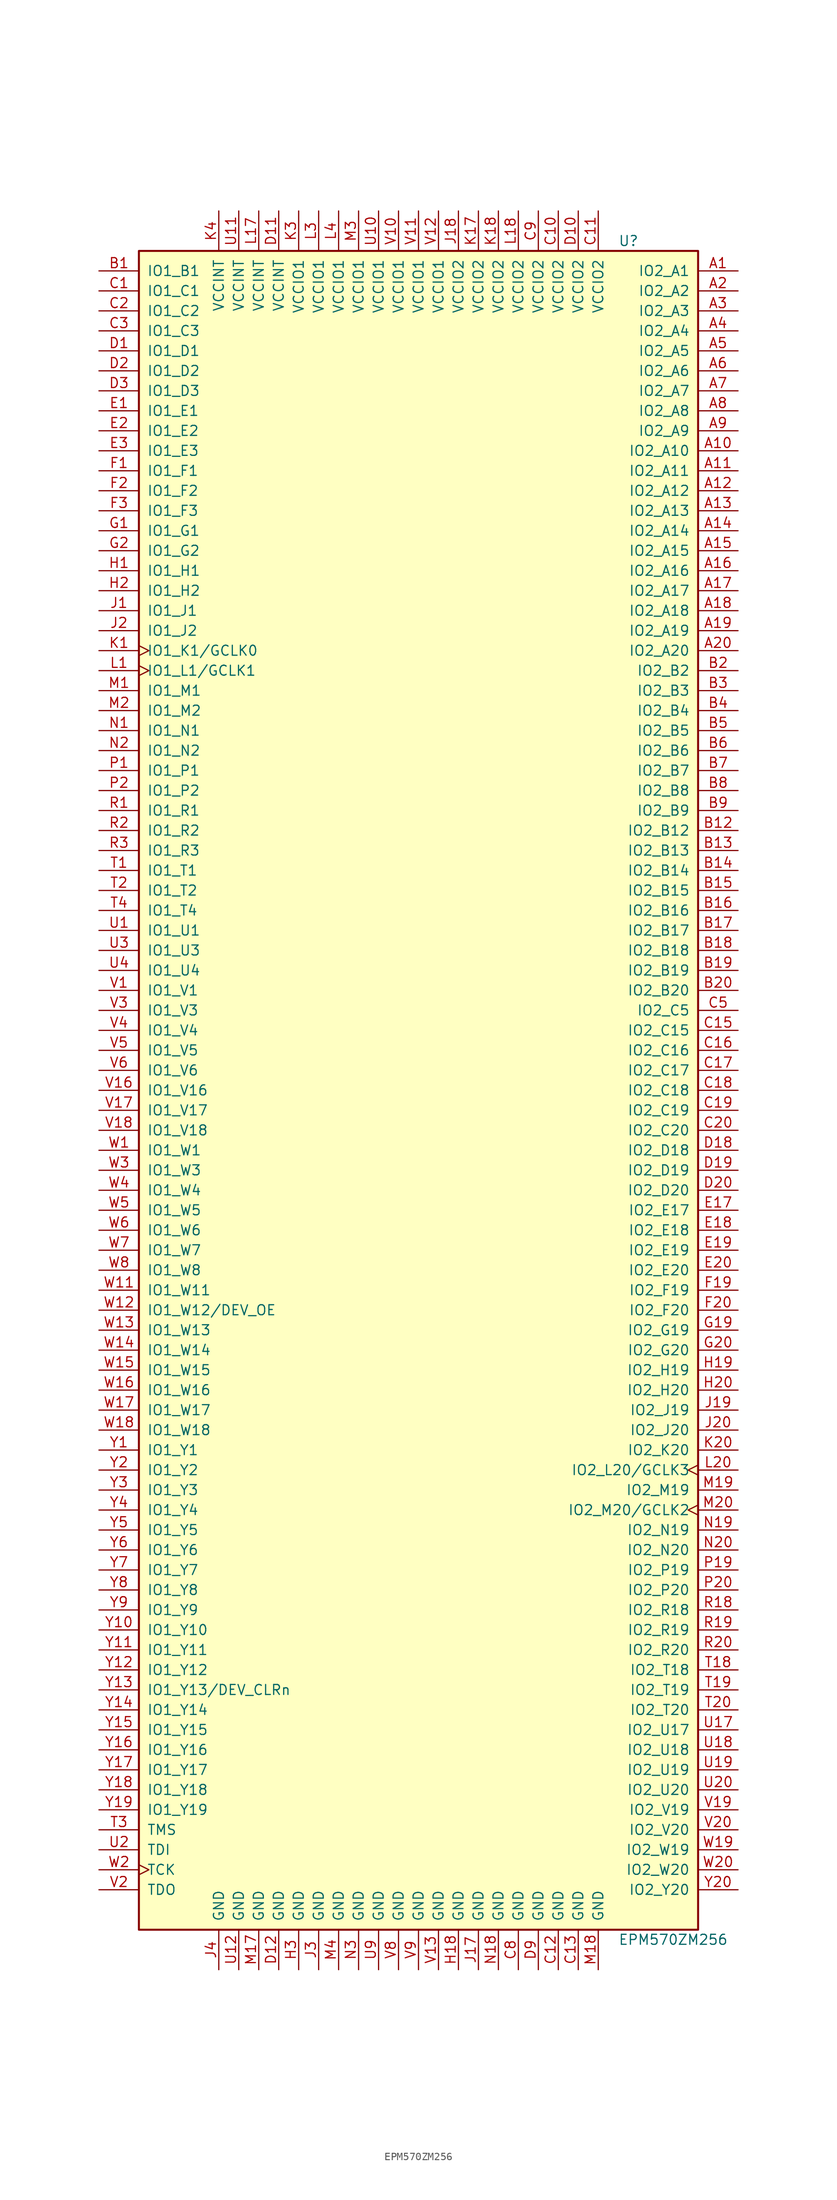
<source format=kicad_sym>
(kicad_symbol_lib
  (version 20211014)
  (generator kicad_symbol_editor)
  (symbol "EPM570ZM256"
    (pin_names
      (offset 1.016))
    (property "Reference" "U"
      (at 25.4 107.95 0)
      (effects (font (size 1.27 1.27)) (justify left)))
    (property "Value" "EPM570ZM256"
      (at 25.4 -107.95 0)
      (effects (font (size 1.27 1.27)) (justify left)))
    (property "ki_locked" ""
      (at 0 0 0)
      (effects (font (size 1.27 1.27))))
    (symbol "EPM570ZM256_1_1"
      (rectangle (start -35.56 106.68) (end 35.56 -106.68) (stroke (width 0.254) (type default) (color 0 0 0 0)) (fill (type background)))
      (pin bidirectional line (at 40.64 104.14 180) (length 5.08) (name "IO2_A1" (effects (font (size 1.27 1.27)))) (number "A1" (effects (font (size 1.27 1.27)))))
      (pin bidirectional line (at 40.64 81.28 180) (length 5.08) (name "IO2_A10" (effects (font (size 1.27 1.27)))) (number "A10" (effects (font (size 1.27 1.27)))))
      (pin bidirectional line (at 40.64 78.74 180) (length 5.08) (name "IO2_A11" (effects (font (size 1.27 1.27)))) (number "A11" (effects (font (size 1.27 1.27)))))
      (pin bidirectional line (at 40.64 76.2 180) (length 5.08) (name "IO2_A12" (effects (font (size 1.27 1.27)))) (number "A12" (effects (font (size 1.27 1.27)))))
      (pin bidirectional line (at 40.64 73.66 180) (length 5.08) (name "IO2_A13" (effects (font (size 1.27 1.27)))) (number "A13" (effects (font (size 1.27 1.27)))))
      (pin bidirectional line (at 40.64 71.12 180) (length 5.08) (name "IO2_A14" (effects (font (size 1.27 1.27)))) (number "A14" (effects (font (size 1.27 1.27)))))
      (pin bidirectional line (at 40.64 68.58 180) (length 5.08) (name "IO2_A15" (effects (font (size 1.27 1.27)))) (number "A15" (effects (font (size 1.27 1.27)))))
      (pin bidirectional line (at 40.64 66.04 180) (length 5.08) (name "IO2_A16" (effects (font (size 1.27 1.27)))) (number "A16" (effects (font (size 1.27 1.27)))))
      (pin bidirectional line (at 40.64 63.5 180) (length 5.08) (name "IO2_A17" (effects (font (size 1.27 1.27)))) (number "A17" (effects (font (size 1.27 1.27)))))
      (pin bidirectional line (at 40.64 60.96 180) (length 5.08) (name "IO2_A18" (effects (font (size 1.27 1.27)))) (number "A18" (effects (font (size 1.27 1.27)))))
      (pin bidirectional line (at 40.64 58.42 180) (length 5.08) (name "IO2_A19" (effects (font (size 1.27 1.27)))) (number "A19" (effects (font (size 1.27 1.27)))))
      (pin bidirectional line (at 40.64 101.6 180) (length 5.08) (name "IO2_A2" (effects (font (size 1.27 1.27)))) (number "A2" (effects (font (size 1.27 1.27)))))
      (pin bidirectional line (at 40.64 55.88 180) (length 5.08) (name "IO2_A20" (effects (font (size 1.27 1.27)))) (number "A20" (effects (font (size 1.27 1.27)))))
      (pin bidirectional line (at 40.64 99.06 180) (length 5.08) (name "IO2_A3" (effects (font (size 1.27 1.27)))) (number "A3" (effects (font (size 1.27 1.27)))))
      (pin bidirectional line (at 40.64 96.52 180) (length 5.08) (name "IO2_A4" (effects (font (size 1.27 1.27)))) (number "A4" (effects (font (size 1.27 1.27)))))
      (pin bidirectional line (at 40.64 93.98 180) (length 5.08) (name "IO2_A5" (effects (font (size 1.27 1.27)))) (number "A5" (effects (font (size 1.27 1.27)))))
      (pin bidirectional line (at 40.64 91.44 180) (length 5.08) (name "IO2_A6" (effects (font (size 1.27 1.27)))) (number "A6" (effects (font (size 1.27 1.27)))))
      (pin bidirectional line (at 40.64 88.9 180) (length 5.08) (name "IO2_A7" (effects (font (size 1.27 1.27)))) (number "A7" (effects (font (size 1.27 1.27)))))
      (pin bidirectional line (at 40.64 86.36 180) (length 5.08) (name "IO2_A8" (effects (font (size 1.27 1.27)))) (number "A8" (effects (font (size 1.27 1.27)))))
      (pin bidirectional line (at 40.64 83.82 180) (length 5.08) (name "IO2_A9" (effects (font (size 1.27 1.27)))) (number "A9" (effects (font (size 1.27 1.27)))))
      (pin bidirectional line (at -40.64 104.14 0) (length 5.08) (name "IO1_B1" (effects (font (size 1.27 1.27)))) (number "B1" (effects (font (size 1.27 1.27)))))
      (pin bidirectional line (at 40.64 33.02 180) (length 5.08) (name "IO2_B12" (effects (font (size 1.27 1.27)))) (number "B12" (effects (font (size 1.27 1.27)))))
      (pin bidirectional line (at 40.64 30.48 180) (length 5.08) (name "IO2_B13" (effects (font (size 1.27 1.27)))) (number "B13" (effects (font (size 1.27 1.27)))))
      (pin bidirectional line (at 40.64 27.94 180) (length 5.08) (name "IO2_B14" (effects (font (size 1.27 1.27)))) (number "B14" (effects (font (size 1.27 1.27)))))
      (pin bidirectional line (at 40.64 25.4 180) (length 5.08) (name "IO2_B15" (effects (font (size 1.27 1.27)))) (number "B15" (effects (font (size 1.27 1.27)))))
      (pin bidirectional line (at 40.64 22.86 180) (length 5.08) (name "IO2_B16" (effects (font (size 1.27 1.27)))) (number "B16" (effects (font (size 1.27 1.27)))))
      (pin bidirectional line (at 40.64 20.32 180) (length 5.08) (name "IO2_B17" (effects (font (size 1.27 1.27)))) (number "B17" (effects (font (size 1.27 1.27)))))
      (pin bidirectional line (at 40.64 17.78 180) (length 5.08) (name "IO2_B18" (effects (font (size 1.27 1.27)))) (number "B18" (effects (font (size 1.27 1.27)))))
      (pin bidirectional line (at 40.64 15.24 180) (length 5.08) (name "IO2_B19" (effects (font (size 1.27 1.27)))) (number "B19" (effects (font (size 1.27 1.27)))))
      (pin bidirectional line (at 40.64 53.34 180) (length 5.08) (name "IO2_B2" (effects (font (size 1.27 1.27)))) (number "B2" (effects (font (size 1.27 1.27)))))
      (pin bidirectional line (at 40.64 12.7 180) (length 5.08) (name "IO2_B20" (effects (font (size 1.27 1.27)))) (number "B20" (effects (font (size 1.27 1.27)))))
      (pin bidirectional line (at 40.64 50.8 180) (length 5.08) (name "IO2_B3" (effects (font (size 1.27 1.27)))) (number "B3" (effects (font (size 1.27 1.27)))))
      (pin bidirectional line (at 40.64 48.26 180) (length 5.08) (name "IO2_B4" (effects (font (size 1.27 1.27)))) (number "B4" (effects (font (size 1.27 1.27)))))
      (pin bidirectional line (at 40.64 45.72 180) (length 5.08) (name "IO2_B5" (effects (font (size 1.27 1.27)))) (number "B5" (effects (font (size 1.27 1.27)))))
      (pin bidirectional line (at 40.64 43.18 180) (length 5.08) (name "IO2_B6" (effects (font (size 1.27 1.27)))) (number "B6" (effects (font (size 1.27 1.27)))))
      (pin bidirectional line (at 40.64 40.64 180) (length 5.08) (name "IO2_B7" (effects (font (size 1.27 1.27)))) (number "B7" (effects (font (size 1.27 1.27)))))
      (pin bidirectional line (at 40.64 38.1 180) (length 5.08) (name "IO2_B8" (effects (font (size 1.27 1.27)))) (number "B8" (effects (font (size 1.27 1.27)))))
      (pin bidirectional line (at 40.64 35.56 180) (length 5.08) (name "IO2_B9" (effects (font (size 1.27 1.27)))) (number "B9" (effects (font (size 1.27 1.27)))))
      (pin bidirectional line (at -40.64 101.6 0) (length 5.08) (name "IO1_C1" (effects (font (size 1.27 1.27)))) (number "C1" (effects (font (size 1.27 1.27)))))
      (pin power_in line (at 17.78 111.76 270) (length 5.08) (name "VCCIO2" (effects (font (size 1.27 1.27)))) (number "C10" (effects (font (size 1.27 1.27)))))
      (pin power_in line (at 22.86 111.76 270) (length 5.08) (name "VCCIO2" (effects (font (size 1.27 1.27)))) (number "C11" (effects (font (size 1.27 1.27)))))
      (pin power_in line (at 17.78 -111.76 90) (length 5.08) (name "GND" (effects (font (size 1.27 1.27)))) (number "C12" (effects (font (size 1.27 1.27)))))
      (pin power_in line (at 20.32 -111.76 90) (length 5.08) (name "GND" (effects (font (size 1.27 1.27)))) (number "C13" (effects (font (size 1.27 1.27)))))
      (pin bidirectional line (at 40.64 7.62 180) (length 5.08) (name "IO2_C15" (effects (font (size 1.27 1.27)))) (number "C15" (effects (font (size 1.27 1.27)))))
      (pin bidirectional line (at 40.64 5.08 180) (length 5.08) (name "IO2_C16" (effects (font (size 1.27 1.27)))) (number "C16" (effects (font (size 1.27 1.27)))))
      (pin bidirectional line (at 40.64 2.54 180) (length 5.08) (name "IO2_C17" (effects (font (size 1.27 1.27)))) (number "C17" (effects (font (size 1.27 1.27)))))
      (pin bidirectional line (at 40.64 0 180) (length 5.08) (name "IO2_C18" (effects (font (size 1.27 1.27)))) (number "C18" (effects (font (size 1.27 1.27)))))
      (pin bidirectional line (at 40.64 -2.54 180) (length 5.08) (name "IO2_C19" (effects (font (size 1.27 1.27)))) (number "C19" (effects (font (size 1.27 1.27)))))
      (pin bidirectional line (at -40.64 99.06 0) (length 5.08) (name "IO1_C2" (effects (font (size 1.27 1.27)))) (number "C2" (effects (font (size 1.27 1.27)))))
      (pin bidirectional line (at 40.64 -5.08 180) (length 5.08) (name "IO2_C20" (effects (font (size 1.27 1.27)))) (number "C20" (effects (font (size 1.27 1.27)))))
      (pin bidirectional line (at -40.64 96.52 0) (length 5.08) (name "IO1_C3" (effects (font (size 1.27 1.27)))) (number "C3" (effects (font (size 1.27 1.27)))))
      (pin bidirectional line (at 40.64 10.16 180) (length 5.08) (name "IO2_C5" (effects (font (size 1.27 1.27)))) (number "C5" (effects (font (size 1.27 1.27)))))
      (pin power_in line (at 12.7 -111.76 90) (length 5.08) (name "GND" (effects (font (size 1.27 1.27)))) (number "C8" (effects (font (size 1.27 1.27)))))
      (pin power_in line (at 15.24 111.76 270) (length 5.08) (name "VCCIO2" (effects (font (size 1.27 1.27)))) (number "C9" (effects (font (size 1.27 1.27)))))
      (pin bidirectional line (at -40.64 93.98 0) (length 5.08) (name "IO1_D1" (effects (font (size 1.27 1.27)))) (number "D1" (effects (font (size 1.27 1.27)))))
      (pin power_in line (at 20.32 111.76 270) (length 5.08) (name "VCCIO2" (effects (font (size 1.27 1.27)))) (number "D10" (effects (font (size 1.27 1.27)))))
      (pin power_in line (at -17.78 111.76 270) (length 5.08) (name "VCCINT" (effects (font (size 1.27 1.27)))) (number "D11" (effects (font (size 1.27 1.27)))))
      (pin power_in line (at -17.78 -111.76 90) (length 5.08) (name "GND" (effects (font (size 1.27 1.27)))) (number "D12" (effects (font (size 1.27 1.27)))))
      (pin bidirectional line (at 40.64 -7.62 180) (length 5.08) (name "IO2_D18" (effects (font (size 1.27 1.27)))) (number "D18" (effects (font (size 1.27 1.27)))))
      (pin bidirectional line (at 40.64 -10.16 180) (length 5.08) (name "IO2_D19" (effects (font (size 1.27 1.27)))) (number "D19" (effects (font (size 1.27 1.27)))))
      (pin bidirectional line (at -40.64 91.44 0) (length 5.08) (name "IO1_D2" (effects (font (size 1.27 1.27)))) (number "D2" (effects (font (size 1.27 1.27)))))
      (pin bidirectional line (at 40.64 -12.7 180) (length 5.08) (name "IO2_D20" (effects (font (size 1.27 1.27)))) (number "D20" (effects (font (size 1.27 1.27)))))
      (pin bidirectional line (at -40.64 88.9 0) (length 5.08) (name "IO1_D3" (effects (font (size 1.27 1.27)))) (number "D3" (effects (font (size 1.27 1.27)))))
      (pin power_in line (at 15.24 -111.76 90) (length 5.08) (name "GND" (effects (font (size 1.27 1.27)))) (number "D9" (effects (font (size 1.27 1.27)))))
      (pin bidirectional line (at -40.64 86.36 0) (length 5.08) (name "IO1_E1" (effects (font (size 1.27 1.27)))) (number "E1" (effects (font (size 1.27 1.27)))))
      (pin bidirectional line (at 40.64 -15.24 180) (length 5.08) (name "IO2_E17" (effects (font (size 1.27 1.27)))) (number "E17" (effects (font (size 1.27 1.27)))))
      (pin bidirectional line (at 40.64 -17.78 180) (length 5.08) (name "IO2_E18" (effects (font (size 1.27 1.27)))) (number "E18" (effects (font (size 1.27 1.27)))))
      (pin bidirectional line (at 40.64 -20.32 180) (length 5.08) (name "IO2_E19" (effects (font (size 1.27 1.27)))) (number "E19" (effects (font (size 1.27 1.27)))))
      (pin bidirectional line (at -40.64 83.82 0) (length 5.08) (name "IO1_E2" (effects (font (size 1.27 1.27)))) (number "E2" (effects (font (size 1.27 1.27)))))
      (pin bidirectional line (at 40.64 -22.86 180) (length 5.08) (name "IO2_E20" (effects (font (size 1.27 1.27)))) (number "E20" (effects (font (size 1.27 1.27)))))
      (pin bidirectional line (at -40.64 81.28 0) (length 5.08) (name "IO1_E3" (effects (font (size 1.27 1.27)))) (number "E3" (effects (font (size 1.27 1.27)))))
      (pin bidirectional line (at -40.64 78.74 0) (length 5.08) (name "IO1_F1" (effects (font (size 1.27 1.27)))) (number "F1" (effects (font (size 1.27 1.27)))))
      (pin bidirectional line (at 40.64 -25.4 180) (length 5.08) (name "IO2_F19" (effects (font (size 1.27 1.27)))) (number "F19" (effects (font (size 1.27 1.27)))))
      (pin bidirectional line (at -40.64 76.2 0) (length 5.08) (name "IO1_F2" (effects (font (size 1.27 1.27)))) (number "F2" (effects (font (size 1.27 1.27)))))
      (pin bidirectional line (at 40.64 -27.94 180) (length 5.08) (name "IO2_F20" (effects (font (size 1.27 1.27)))) (number "F20" (effects (font (size 1.27 1.27)))))
      (pin bidirectional line (at -40.64 73.66 0) (length 5.08) (name "IO1_F3" (effects (font (size 1.27 1.27)))) (number "F3" (effects (font (size 1.27 1.27)))))
      (pin bidirectional line (at -40.64 71.12 0) (length 5.08) (name "IO1_G1" (effects (font (size 1.27 1.27)))) (number "G1" (effects (font (size 1.27 1.27)))))
      (pin bidirectional line (at 40.64 -30.48 180) (length 5.08) (name "IO2_G19" (effects (font (size 1.27 1.27)))) (number "G19" (effects (font (size 1.27 1.27)))))
      (pin bidirectional line (at -40.64 68.58 0) (length 5.08) (name "IO1_G2" (effects (font (size 1.27 1.27)))) (number "G2" (effects (font (size 1.27 1.27)))))
      (pin bidirectional line (at 40.64 -33.02 180) (length 5.08) (name "IO2_G20" (effects (font (size 1.27 1.27)))) (number "G20" (effects (font (size 1.27 1.27)))))
      (pin bidirectional line (at -40.64 66.04 0) (length 5.08) (name "IO1_H1" (effects (font (size 1.27 1.27)))) (number "H1" (effects (font (size 1.27 1.27)))))
      (pin power_in line (at 5.08 -111.76 90) (length 5.08) (name "GND" (effects (font (size 1.27 1.27)))) (number "H18" (effects (font (size 1.27 1.27)))))
      (pin bidirectional line (at 40.64 -35.56 180) (length 5.08) (name "IO2_H19" (effects (font (size 1.27 1.27)))) (number "H19" (effects (font (size 1.27 1.27)))))
      (pin bidirectional line (at -40.64 63.5 0) (length 5.08) (name "IO1_H2" (effects (font (size 1.27 1.27)))) (number "H2" (effects (font (size 1.27 1.27)))))
      (pin bidirectional line (at 40.64 -38.1 180) (length 5.08) (name "IO2_H20" (effects (font (size 1.27 1.27)))) (number "H20" (effects (font (size 1.27 1.27)))))
      (pin power_in line (at -15.24 -111.76 90) (length 5.08) (name "GND" (effects (font (size 1.27 1.27)))) (number "H3" (effects (font (size 1.27 1.27)))))
      (pin bidirectional line (at -40.64 60.96 0) (length 5.08) (name "IO1_J1" (effects (font (size 1.27 1.27)))) (number "J1" (effects (font (size 1.27 1.27)))))
      (pin power_in line (at 7.62 -111.76 90) (length 5.08) (name "GND" (effects (font (size 1.27 1.27)))) (number "J17" (effects (font (size 1.27 1.27)))))
      (pin power_in line (at 5.08 111.76 270) (length 5.08) (name "VCCIO2" (effects (font (size 1.27 1.27)))) (number "J18" (effects (font (size 1.27 1.27)))))
      (pin bidirectional line (at 40.64 -40.64 180) (length 5.08) (name "IO2_J19" (effects (font (size 1.27 1.27)))) (number "J19" (effects (font (size 1.27 1.27)))))
      (pin bidirectional line (at -40.64 58.42 0) (length 5.08) (name "IO1_J2" (effects (font (size 1.27 1.27)))) (number "J2" (effects (font (size 1.27 1.27)))))
      (pin bidirectional line (at 40.64 -43.18 180) (length 5.08) (name "IO2_J20" (effects (font (size 1.27 1.27)))) (number "J20" (effects (font (size 1.27 1.27)))))
      (pin power_in line (at -12.7 -111.76 90) (length 5.08) (name "GND" (effects (font (size 1.27 1.27)))) (number "J3" (effects (font (size 1.27 1.27)))))
      (pin power_in line (at -25.4 -111.76 90) (length 5.08) (name "GND" (effects (font (size 1.27 1.27)))) (number "J4" (effects (font (size 1.27 1.27)))))
      (pin bidirectional clock (at -40.64 55.88 0) (length 5.08) (name "IO1_K1/GCLK0" (effects (font (size 1.27 1.27)))) (number "K1" (effects (font (size 1.27 1.27)))))
      (pin power_in line (at 7.62 111.76 270) (length 5.08) (name "VCCIO2" (effects (font (size 1.27 1.27)))) (number "K17" (effects (font (size 1.27 1.27)))))
      (pin power_in line (at 10.16 111.76 270) (length 5.08) (name "VCCIO2" (effects (font (size 1.27 1.27)))) (number "K18" (effects (font (size 1.27 1.27)))))
      (pin bidirectional line (at 40.64 -45.72 180) (length 5.08) (name "IO2_K20" (effects (font (size 1.27 1.27)))) (number "K20" (effects (font (size 1.27 1.27)))))
      (pin power_in line (at -15.24 111.76 270) (length 5.08) (name "VCCIO1" (effects (font (size 1.27 1.27)))) (number "K3" (effects (font (size 1.27 1.27)))))
      (pin power_in line (at -25.4 111.76 270) (length 5.08) (name "VCCINT" (effects (font (size 1.27 1.27)))) (number "K4" (effects (font (size 1.27 1.27)))))
      (pin bidirectional clock (at -40.64 53.34 0) (length 5.08) (name "IO1_L1/GCLK1" (effects (font (size 1.27 1.27)))) (number "L1" (effects (font (size 1.27 1.27)))))
      (pin power_in line (at -20.32 111.76 270) (length 5.08) (name "VCCINT" (effects (font (size 1.27 1.27)))) (number "L17" (effects (font (size 1.27 1.27)))))
      (pin power_in line (at 12.7 111.76 270) (length 5.08) (name "VCCIO2" (effects (font (size 1.27 1.27)))) (number "L18" (effects (font (size 1.27 1.27)))))
      (pin bidirectional clock (at 40.64 -48.26 180) (length 5.08) (name "IO2_L20/GCLK3" (effects (font (size 1.27 1.27)))) (number "L20" (effects (font (size 1.27 1.27)))))
      (pin power_in line (at -12.7 111.76 270) (length 5.08) (name "VCCIO1" (effects (font (size 1.27 1.27)))) (number "L3" (effects (font (size 1.27 1.27)))))
      (pin power_in line (at -10.16 111.76 270) (length 5.08) (name "VCCIO1" (effects (font (size 1.27 1.27)))) (number "L4" (effects (font (size 1.27 1.27)))))
      (pin bidirectional line (at -40.64 50.8 0) (length 5.08) (name "IO1_M1" (effects (font (size 1.27 1.27)))) (number "M1" (effects (font (size 1.27 1.27)))))
      (pin power_in line (at -20.32 -111.76 90) (length 5.08) (name "GND" (effects (font (size 1.27 1.27)))) (number "M17" (effects (font (size 1.27 1.27)))))
      (pin power_in line (at 22.86 -111.76 90) (length 5.08) (name "GND" (effects (font (size 1.27 1.27)))) (number "M18" (effects (font (size 1.27 1.27)))))
      (pin bidirectional line (at 40.64 -50.8 180) (length 5.08) (name "IO2_M19" (effects (font (size 1.27 1.27)))) (number "M19" (effects (font (size 1.27 1.27)))))
      (pin bidirectional line (at -40.64 48.26 0) (length 5.08) (name "IO1_M2" (effects (font (size 1.27 1.27)))) (number "M2" (effects (font (size 1.27 1.27)))))
      (pin bidirectional clock (at 40.64 -53.34 180) (length 5.08) (name "IO2_M20/GCLK2" (effects (font (size 1.27 1.27)))) (number "M20" (effects (font (size 1.27 1.27)))))
      (pin power_in line (at -7.62 111.76 270) (length 5.08) (name "VCCIO1" (effects (font (size 1.27 1.27)))) (number "M3" (effects (font (size 1.27 1.27)))))
      (pin power_in line (at -10.16 -111.76 90) (length 5.08) (name "GND" (effects (font (size 1.27 1.27)))) (number "M4" (effects (font (size 1.27 1.27)))))
      (pin bidirectional line (at -40.64 45.72 0) (length 5.08) (name "IO1_N1" (effects (font (size 1.27 1.27)))) (number "N1" (effects (font (size 1.27 1.27)))))
      (pin power_in line (at 10.16 -111.76 90) (length 5.08) (name "GND" (effects (font (size 1.27 1.27)))) (number "N18" (effects (font (size 1.27 1.27)))))
      (pin bidirectional line (at 40.64 -55.88 180) (length 5.08) (name "IO2_N19" (effects (font (size 1.27 1.27)))) (number "N19" (effects (font (size 1.27 1.27)))))
      (pin bidirectional line (at -40.64 43.18 0) (length 5.08) (name "IO1_N2" (effects (font (size 1.27 1.27)))) (number "N2" (effects (font (size 1.27 1.27)))))
      (pin bidirectional line (at 40.64 -58.42 180) (length 5.08) (name "IO2_N20" (effects (font (size 1.27 1.27)))) (number "N20" (effects (font (size 1.27 1.27)))))
      (pin power_in line (at -7.62 -111.76 90) (length 5.08) (name "GND" (effects (font (size 1.27 1.27)))) (number "N3" (effects (font (size 1.27 1.27)))))
      (pin bidirectional line (at -40.64 40.64 0) (length 5.08) (name "IO1_P1" (effects (font (size 1.27 1.27)))) (number "P1" (effects (font (size 1.27 1.27)))))
      (pin bidirectional line (at 40.64 -60.96 180) (length 5.08) (name "IO2_P19" (effects (font (size 1.27 1.27)))) (number "P19" (effects (font (size 1.27 1.27)))))
      (pin bidirectional line (at -40.64 38.1 0) (length 5.08) (name "IO1_P2" (effects (font (size 1.27 1.27)))) (number "P2" (effects (font (size 1.27 1.27)))))
      (pin bidirectional line (at 40.64 -63.5 180) (length 5.08) (name "IO2_P20" (effects (font (size 1.27 1.27)))) (number "P20" (effects (font (size 1.27 1.27)))))
      (pin bidirectional line (at -40.64 35.56 0) (length 5.08) (name "IO1_R1" (effects (font (size 1.27 1.27)))) (number "R1" (effects (font (size 1.27 1.27)))))
      (pin bidirectional line (at 40.64 -66.04 180) (length 5.08) (name "IO2_R18" (effects (font (size 1.27 1.27)))) (number "R18" (effects (font (size 1.27 1.27)))))
      (pin bidirectional line (at 40.64 -68.58 180) (length 5.08) (name "IO2_R19" (effects (font (size 1.27 1.27)))) (number "R19" (effects (font (size 1.27 1.27)))))
      (pin bidirectional line (at -40.64 33.02 0) (length 5.08) (name "IO1_R2" (effects (font (size 1.27 1.27)))) (number "R2" (effects (font (size 1.27 1.27)))))
      (pin bidirectional line (at 40.64 -71.12 180) (length 5.08) (name "IO2_R20" (effects (font (size 1.27 1.27)))) (number "R20" (effects (font (size 1.27 1.27)))))
      (pin bidirectional line (at -40.64 30.48 0) (length 5.08) (name "IO1_R3" (effects (font (size 1.27 1.27)))) (number "R3" (effects (font (size 1.27 1.27)))))
      (pin bidirectional line (at -40.64 27.94 0) (length 5.08) (name "IO1_T1" (effects (font (size 1.27 1.27)))) (number "T1" (effects (font (size 1.27 1.27)))))
      (pin bidirectional line (at 40.64 -73.66 180) (length 5.08) (name "IO2_T18" (effects (font (size 1.27 1.27)))) (number "T18" (effects (font (size 1.27 1.27)))))
      (pin bidirectional line (at 40.64 -76.2 180) (length 5.08) (name "IO2_T19" (effects (font (size 1.27 1.27)))) (number "T19" (effects (font (size 1.27 1.27)))))
      (pin bidirectional line (at -40.64 25.4 0) (length 5.08) (name "IO1_T2" (effects (font (size 1.27 1.27)))) (number "T2" (effects (font (size 1.27 1.27)))))
      (pin bidirectional line (at 40.64 -78.74 180) (length 5.08) (name "IO2_T20" (effects (font (size 1.27 1.27)))) (number "T20" (effects (font (size 1.27 1.27)))))
      (pin input line (at -40.64 -93.98 0) (length 5.08) (name "TMS" (effects (font (size 1.27 1.27)))) (number "T3" (effects (font (size 1.27 1.27)))))
      (pin bidirectional line (at -40.64 22.86 0) (length 5.08) (name "IO1_T4" (effects (font (size 1.27 1.27)))) (number "T4" (effects (font (size 1.27 1.27)))))
      (pin bidirectional line (at -40.64 20.32 0) (length 5.08) (name "IO1_U1" (effects (font (size 1.27 1.27)))) (number "U1" (effects (font (size 1.27 1.27)))))
      (pin power_in line (at -5.08 111.76 270) (length 5.08) (name "VCCIO1" (effects (font (size 1.27 1.27)))) (number "U10" (effects (font (size 1.27 1.27)))))
      (pin power_in line (at -22.86 111.76 270) (length 5.08) (name "VCCINT" (effects (font (size 1.27 1.27)))) (number "U11" (effects (font (size 1.27 1.27)))))
      (pin power_in line (at -22.86 -111.76 90) (length 5.08) (name "GND" (effects (font (size 1.27 1.27)))) (number "U12" (effects (font (size 1.27 1.27)))))
      (pin bidirectional line (at 40.64 -81.28 180) (length 5.08) (name "IO2_U17" (effects (font (size 1.27 1.27)))) (number "U17" (effects (font (size 1.27 1.27)))))
      (pin bidirectional line (at 40.64 -83.82 180) (length 5.08) (name "IO2_U18" (effects (font (size 1.27 1.27)))) (number "U18" (effects (font (size 1.27 1.27)))))
      (pin bidirectional line (at 40.64 -86.36 180) (length 5.08) (name "IO2_U19" (effects (font (size 1.27 1.27)))) (number "U19" (effects (font (size 1.27 1.27)))))
      (pin input line (at -40.64 -96.52 0) (length 5.08) (name "TDI" (effects (font (size 1.27 1.27)))) (number "U2" (effects (font (size 1.27 1.27)))))
      (pin bidirectional line (at 40.64 -88.9 180) (length 5.08) (name "IO2_U20" (effects (font (size 1.27 1.27)))) (number "U20" (effects (font (size 1.27 1.27)))))
      (pin bidirectional line (at -40.64 17.78 0) (length 5.08) (name "IO1_U3" (effects (font (size 1.27 1.27)))) (number "U3" (effects (font (size 1.27 1.27)))))
      (pin bidirectional line (at -40.64 15.24 0) (length 5.08) (name "IO1_U4" (effects (font (size 1.27 1.27)))) (number "U4" (effects (font (size 1.27 1.27)))))
      (pin power_in line (at -5.08 -111.76 90) (length 5.08) (name "GND" (effects (font (size 1.27 1.27)))) (number "U9" (effects (font (size 1.27 1.27)))))
      (pin bidirectional line (at -40.64 12.7 0) (length 5.08) (name "IO1_V1" (effects (font (size 1.27 1.27)))) (number "V1" (effects (font (size 1.27 1.27)))))
      (pin power_in line (at -2.54 111.76 270) (length 5.08) (name "VCCIO1" (effects (font (size 1.27 1.27)))) (number "V10" (effects (font (size 1.27 1.27)))))
      (pin power_in line (at 0 111.76 270) (length 5.08) (name "VCCIO1" (effects (font (size 1.27 1.27)))) (number "V11" (effects (font (size 1.27 1.27)))))
      (pin power_in line (at 2.54 111.76 270) (length 5.08) (name "VCCIO1" (effects (font (size 1.27 1.27)))) (number "V12" (effects (font (size 1.27 1.27)))))
      (pin power_in line (at 2.54 -111.76 90) (length 5.08) (name "GND" (effects (font (size 1.27 1.27)))) (number "V13" (effects (font (size 1.27 1.27)))))
      (pin bidirectional line (at -40.64 0 0) (length 5.08) (name "IO1_V16" (effects (font (size 1.27 1.27)))) (number "V16" (effects (font (size 1.27 1.27)))))
      (pin bidirectional line (at -40.64 -2.54 0) (length 5.08) (name "IO1_V17" (effects (font (size 1.27 1.27)))) (number "V17" (effects (font (size 1.27 1.27)))))
      (pin bidirectional line (at -40.64 -5.08 0) (length 5.08) (name "IO1_V18" (effects (font (size 1.27 1.27)))) (number "V18" (effects (font (size 1.27 1.27)))))
      (pin bidirectional line (at 40.64 -91.44 180) (length 5.08) (name "IO2_V19" (effects (font (size 1.27 1.27)))) (number "V19" (effects (font (size 1.27 1.27)))))
      (pin output line (at -40.64 -101.6 0) (length 5.08) (name "TDO" (effects (font (size 1.27 1.27)))) (number "V2" (effects (font (size 1.27 1.27)))))
      (pin bidirectional line (at 40.64 -93.98 180) (length 5.08) (name "IO2_V20" (effects (font (size 1.27 1.27)))) (number "V20" (effects (font (size 1.27 1.27)))))
      (pin bidirectional line (at -40.64 10.16 0) (length 5.08) (name "IO1_V3" (effects (font (size 1.27 1.27)))) (number "V3" (effects (font (size 1.27 1.27)))))
      (pin bidirectional line (at -40.64 7.62 0) (length 5.08) (name "IO1_V4" (effects (font (size 1.27 1.27)))) (number "V4" (effects (font (size 1.27 1.27)))))
      (pin bidirectional line (at -40.64 5.08 0) (length 5.08) (name "IO1_V5" (effects (font (size 1.27 1.27)))) (number "V5" (effects (font (size 1.27 1.27)))))
      (pin bidirectional line (at -40.64 2.54 0) (length 5.08) (name "IO1_V6" (effects (font (size 1.27 1.27)))) (number "V6" (effects (font (size 1.27 1.27)))))
      (pin power_in line (at -2.54 -111.76 90) (length 5.08) (name "GND" (effects (font (size 1.27 1.27)))) (number "V8" (effects (font (size 1.27 1.27)))))
      (pin power_in line (at 0 -111.76 90) (length 5.08) (name "GND" (effects (font (size 1.27 1.27)))) (number "V9" (effects (font (size 1.27 1.27)))))
      (pin bidirectional line (at -40.64 -7.62 0) (length 5.08) (name "IO1_W1" (effects (font (size 1.27 1.27)))) (number "W1" (effects (font (size 1.27 1.27)))))
      (pin bidirectional line (at -40.64 -25.4 0) (length 5.08) (name "IO1_W11" (effects (font (size 1.27 1.27)))) (number "W11" (effects (font (size 1.27 1.27)))))
      (pin bidirectional line (at -40.64 -27.94 0) (length 5.08) (name "IO1_W12/DEV_OE" (effects (font (size 1.27 1.27)))) (number "W12" (effects (font (size 1.27 1.27)))))
      (pin bidirectional line (at -40.64 -30.48 0) (length 5.08) (name "IO1_W13" (effects (font (size 1.27 1.27)))) (number "W13" (effects (font (size 1.27 1.27)))))
      (pin bidirectional line (at -40.64 -33.02 0) (length 5.08) (name "IO1_W14" (effects (font (size 1.27 1.27)))) (number "W14" (effects (font (size 1.27 1.27)))))
      (pin bidirectional line (at -40.64 -35.56 0) (length 5.08) (name "IO1_W15" (effects (font (size 1.27 1.27)))) (number "W15" (effects (font (size 1.27 1.27)))))
      (pin bidirectional line (at -40.64 -38.1 0) (length 5.08) (name "IO1_W16" (effects (font (size 1.27 1.27)))) (number "W16" (effects (font (size 1.27 1.27)))))
      (pin bidirectional line (at -40.64 -40.64 0) (length 5.08) (name "IO1_W17" (effects (font (size 1.27 1.27)))) (number "W17" (effects (font (size 1.27 1.27)))))
      (pin bidirectional line (at -40.64 -43.18 0) (length 5.08) (name "IO1_W18" (effects (font (size 1.27 1.27)))) (number "W18" (effects (font (size 1.27 1.27)))))
      (pin bidirectional line (at 40.64 -96.52 180) (length 5.08) (name "IO2_W19" (effects (font (size 1.27 1.27)))) (number "W19" (effects (font (size 1.27 1.27)))))
      (pin input clock (at -40.64 -99.06 0) (length 5.08) (name "TCK" (effects (font (size 1.27 1.27)))) (number "W2" (effects (font (size 1.27 1.27)))))
      (pin bidirectional line (at 40.64 -99.06 180) (length 5.08) (name "IO2_W20" (effects (font (size 1.27 1.27)))) (number "W20" (effects (font (size 1.27 1.27)))))
      (pin bidirectional line (at -40.64 -10.16 0) (length 5.08) (name "IO1_W3" (effects (font (size 1.27 1.27)))) (number "W3" (effects (font (size 1.27 1.27)))))
      (pin bidirectional line (at -40.64 -12.7 0) (length 5.08) (name "IO1_W4" (effects (font (size 1.27 1.27)))) (number "W4" (effects (font (size 1.27 1.27)))))
      (pin bidirectional line (at -40.64 -15.24 0) (length 5.08) (name "IO1_W5" (effects (font (size 1.27 1.27)))) (number "W5" (effects (font (size 1.27 1.27)))))
      (pin bidirectional line (at -40.64 -17.78 0) (length 5.08) (name "IO1_W6" (effects (font (size 1.27 1.27)))) (number "W6" (effects (font (size 1.27 1.27)))))
      (pin bidirectional line (at -40.64 -20.32 0) (length 5.08) (name "IO1_W7" (effects (font (size 1.27 1.27)))) (number "W7" (effects (font (size 1.27 1.27)))))
      (pin bidirectional line (at -40.64 -22.86 0) (length 5.08) (name "IO1_W8" (effects (font (size 1.27 1.27)))) (number "W8" (effects (font (size 1.27 1.27)))))
      (pin bidirectional line (at -40.64 -45.72 0) (length 5.08) (name "IO1_Y1" (effects (font (size 1.27 1.27)))) (number "Y1" (effects (font (size 1.27 1.27)))))
      (pin bidirectional line (at -40.64 -68.58 0) (length 5.08) (name "IO1_Y10" (effects (font (size 1.27 1.27)))) (number "Y10" (effects (font (size 1.27 1.27)))))
      (pin bidirectional line (at -40.64 -71.12 0) (length 5.08) (name "IO1_Y11" (effects (font (size 1.27 1.27)))) (number "Y11" (effects (font (size 1.27 1.27)))))
      (pin bidirectional line (at -40.64 -73.66 0) (length 5.08) (name "IO1_Y12" (effects (font (size 1.27 1.27)))) (number "Y12" (effects (font (size 1.27 1.27)))))
      (pin bidirectional line (at -40.64 -76.2 0) (length 5.08) (name "IO1_Y13/DEV_CLRn" (effects (font (size 1.27 1.27)))) (number "Y13" (effects (font (size 1.27 1.27)))))
      (pin bidirectional line (at -40.64 -78.74 0) (length 5.08) (name "IO1_Y14" (effects (font (size 1.27 1.27)))) (number "Y14" (effects (font (size 1.27 1.27)))))
      (pin bidirectional line (at -40.64 -81.28 0) (length 5.08) (name "IO1_Y15" (effects (font (size 1.27 1.27)))) (number "Y15" (effects (font (size 1.27 1.27)))))
      (pin bidirectional line (at -40.64 -83.82 0) (length 5.08) (name "IO1_Y16" (effects (font (size 1.27 1.27)))) (number "Y16" (effects (font (size 1.27 1.27)))))
      (pin bidirectional line (at -40.64 -86.36 0) (length 5.08) (name "IO1_Y17" (effects (font (size 1.27 1.27)))) (number "Y17" (effects (font (size 1.27 1.27)))))
      (pin bidirectional line (at -40.64 -88.9 0) (length 5.08) (name "IO1_Y18" (effects (font (size 1.27 1.27)))) (number "Y18" (effects (font (size 1.27 1.27)))))
      (pin bidirectional line (at -40.64 -91.44 0) (length 5.08) (name "IO1_Y19" (effects (font (size 1.27 1.27)))) (number "Y19" (effects (font (size 1.27 1.27)))))
      (pin bidirectional line (at -40.64 -48.26 0) (length 5.08) (name "IO1_Y2" (effects (font (size 1.27 1.27)))) (number "Y2" (effects (font (size 1.27 1.27)))))
      (pin bidirectional line (at 40.64 -101.6 180) (length 5.08) (name "IO2_Y20" (effects (font (size 1.27 1.27)))) (number "Y20" (effects (font (size 1.27 1.27)))))
      (pin bidirectional line (at -40.64 -50.8 0) (length 5.08) (name "IO1_Y3" (effects (font (size 1.27 1.27)))) (number "Y3" (effects (font (size 1.27 1.27)))))
      (pin bidirectional line (at -40.64 -53.34 0) (length 5.08) (name "IO1_Y4" (effects (font (size 1.27 1.27)))) (number "Y4" (effects (font (size 1.27 1.27)))))
      (pin bidirectional line (at -40.64 -55.88 0) (length 5.08) (name "IO1_Y5" (effects (font (size 1.27 1.27)))) (number "Y5" (effects (font (size 1.27 1.27)))))
      (pin bidirectional line (at -40.64 -58.42 0) (length 5.08) (name "IO1_Y6" (effects (font (size 1.27 1.27)))) (number "Y6" (effects (font (size 1.27 1.27)))))
      (pin bidirectional line (at -40.64 -60.96 0) (length 5.08) (name "IO1_Y7" (effects (font (size 1.27 1.27)))) (number "Y7" (effects (font (size 1.27 1.27)))))
      (pin bidirectional line (at -40.64 -63.5 0) (length 5.08) (name "IO1_Y8" (effects (font (size 1.27 1.27)))) (number "Y8" (effects (font (size 1.27 1.27)))))
      (pin bidirectional line (at -40.64 -66.04 0) (length 5.08) (name "IO1_Y9" (effects (font (size 1.27 1.27)))) (number "Y9" (effects (font (size 1.27 1.27))))))))
</source>
